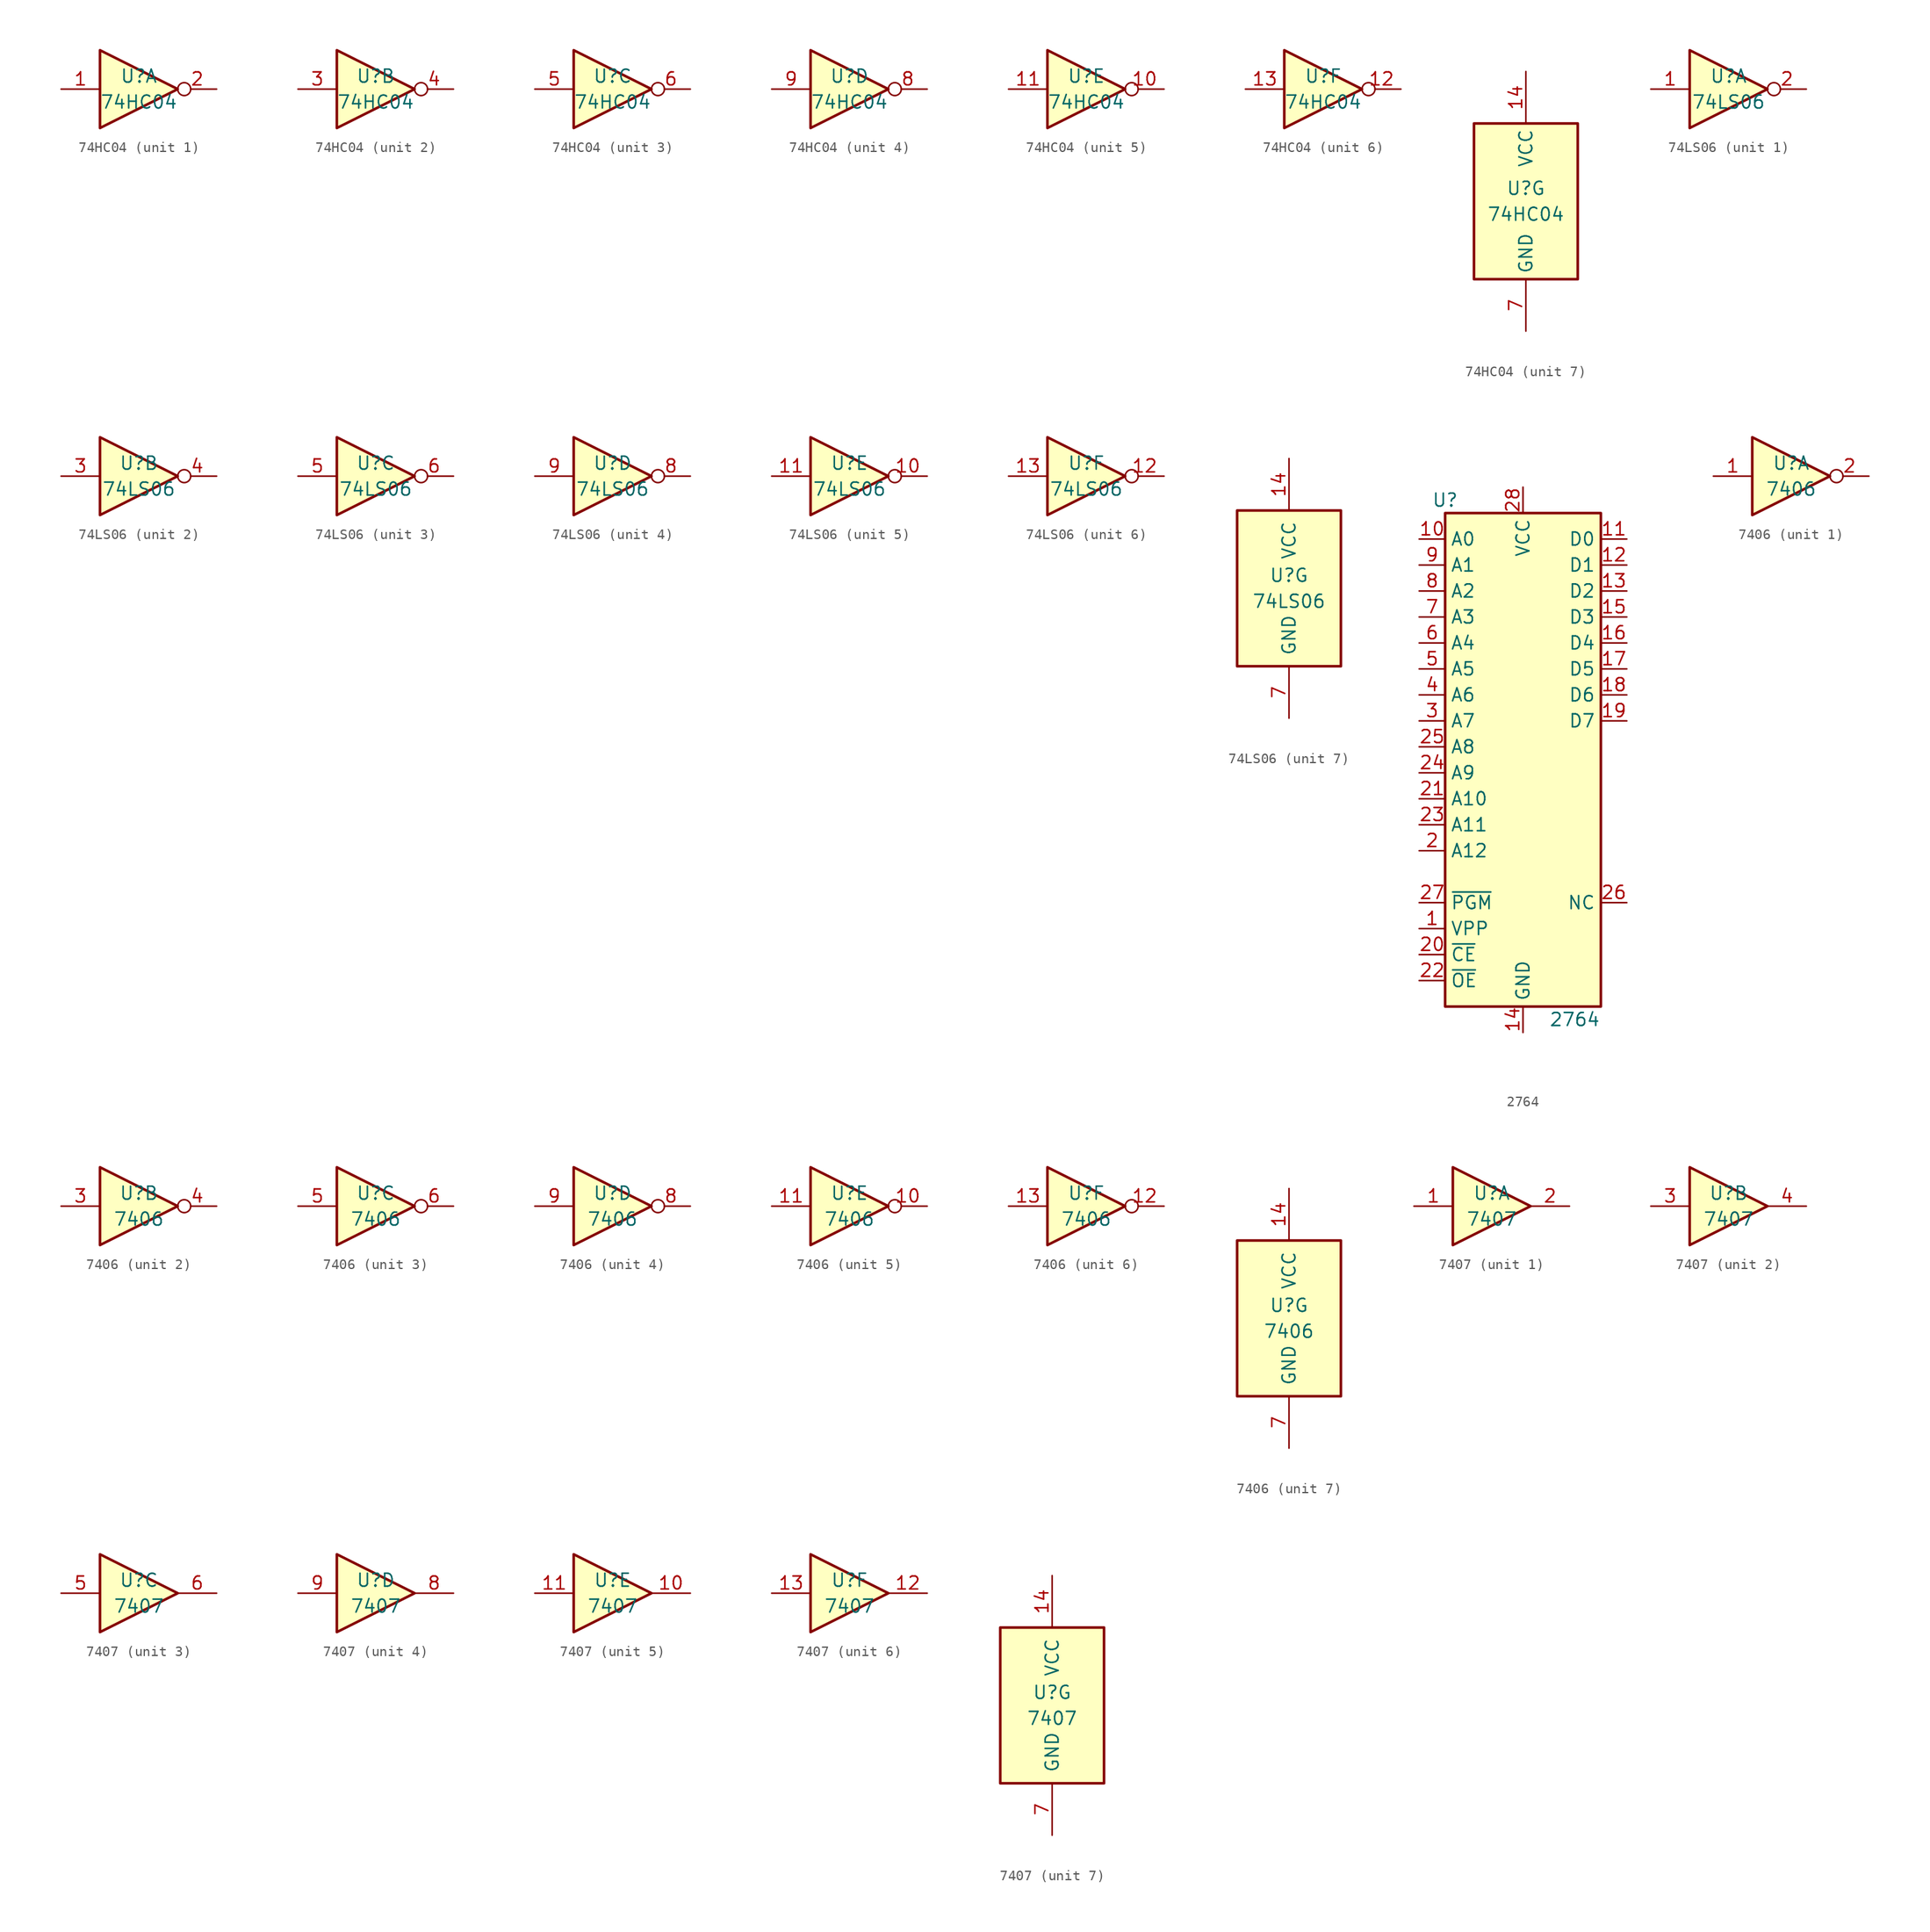
<source format=kicad_sym>
(kicad_symbol_lib
  (version 20241209)
  (generator "kicad_symbol_editor")
  (generator_version "9.0")
  (symbol "74HC04"
    (property "Reference" "U"
      (at 0 1.27 0)
      (effects (font (size 1.27 1.27))))
    (property "Value" "74HC04"
      (at 0 -1.27 0)
      (effects (font (size 1.27 1.27))))
    (property "ki_locked" ""
      (at 0 0 0)
      (effects (font (size 1.27 1.27))))
    (symbol "74HC04_1_0"
      (polyline (pts (xy -3.81 3.81) (xy -3.81 -3.81) (xy 3.81 0) (xy -3.81 3.81)) (stroke (width 0.254) (type default)) (fill (type background)))
      (pin input line (at -7.62 0 0) (length 3.81) (name "~" (effects (font (size 1.27 1.27)))) (number "1" (effects (font (size 1.27 1.27)))))
      (pin output inverted (at 7.62 0 180) (length 3.81) (name "~" (effects (font (size 1.27 1.27)))) (number "2" (effects (font (size 1.27 1.27))))))
    (symbol "74HC04_2_0"
      (polyline (pts (xy -3.81 3.81) (xy -3.81 -3.81) (xy 3.81 0) (xy -3.81 3.81)) (stroke (width 0.254) (type default)) (fill (type background)))
      (pin input line (at -7.62 0 0) (length 3.81) (name "~" (effects (font (size 1.27 1.27)))) (number "3" (effects (font (size 1.27 1.27)))))
      (pin output inverted (at 7.62 0 180) (length 3.81) (name "~" (effects (font (size 1.27 1.27)))) (number "4" (effects (font (size 1.27 1.27))))))
    (symbol "74HC04_3_0"
      (polyline (pts (xy -3.81 3.81) (xy -3.81 -3.81) (xy 3.81 0) (xy -3.81 3.81)) (stroke (width 0.254) (type default)) (fill (type background)))
      (pin input line (at -7.62 0 0) (length 3.81) (name "~" (effects (font (size 1.27 1.27)))) (number "5" (effects (font (size 1.27 1.27)))))
      (pin output inverted (at 7.62 0 180) (length 3.81) (name "~" (effects (font (size 1.27 1.27)))) (number "6" (effects (font (size 1.27 1.27))))))
    (symbol "74HC04_4_0"
      (polyline (pts (xy -3.81 3.81) (xy -3.81 -3.81) (xy 3.81 0) (xy -3.81 3.81)) (stroke (width 0.254) (type default)) (fill (type background)))
      (pin input line (at -7.62 0 0) (length 3.81) (name "~" (effects (font (size 1.27 1.27)))) (number "9" (effects (font (size 1.27 1.27)))))
      (pin output inverted (at 7.62 0 180) (length 3.81) (name "~" (effects (font (size 1.27 1.27)))) (number "8" (effects (font (size 1.27 1.27))))))
    (symbol "74HC04_5_0"
      (polyline (pts (xy -3.81 3.81) (xy -3.81 -3.81) (xy 3.81 0) (xy -3.81 3.81)) (stroke (width 0.254) (type default)) (fill (type background)))
      (pin input line (at -7.62 0 0) (length 3.81) (name "~" (effects (font (size 1.27 1.27)))) (number "11" (effects (font (size 1.27 1.27)))))
      (pin output inverted (at 7.62 0 180) (length 3.81) (name "~" (effects (font (size 1.27 1.27)))) (number "10" (effects (font (size 1.27 1.27))))))
    (symbol "74HC04_6_0"
      (polyline (pts (xy -3.81 3.81) (xy -3.81 -3.81) (xy 3.81 0) (xy -3.81 3.81)) (stroke (width 0.254) (type default)) (fill (type background)))
      (pin input line (at -7.62 0 0) (length 3.81) (name "~" (effects (font (size 1.27 1.27)))) (number "13" (effects (font (size 1.27 1.27)))))
      (pin output inverted (at 7.62 0 180) (length 3.81) (name "~" (effects (font (size 1.27 1.27)))) (number "12" (effects (font (size 1.27 1.27))))))
    (symbol "74HC04_7_0"
      (pin power_in line (at 0 12.7 270) (length 5.08) (name "VCC" (effects (font (size 1.27 1.27)))) (number "14" (effects (font (size 1.27 1.27)))))
      (pin power_in line (at 0 -12.7 90) (length 5.08) (name "GND" (effects (font (size 1.27 1.27)))) (number "7" (effects (font (size 1.27 1.27))))))
    (symbol "74HC04_7_1"
      (rectangle (start -5.08 7.62) (end 5.08 -7.62) (stroke (width 0.254) (type default)) (fill (type background)))))
  (symbol "74LS06"
    (pin_names
      (offset 1.016))
    (property "Reference" "U"
      (at 0 1.27 0)
      (effects (font (size 1.27 1.27))))
    (property "Value" "74LS06"
      (at 0 -1.27 0)
      (effects (font (size 1.27 1.27))))
    (property "ki_locked" ""
      (at 0 0 0)
      (effects (font (size 1.27 1.27))))
    (symbol "74LS06_1_0"
      (polyline (pts (xy -3.81 3.81) (xy -3.81 -3.81) (xy 3.81 0) (xy -3.81 3.81)) (stroke (width 0.254) (type default)) (fill (type background)))
      (pin input line (at -7.62 0 0) (length 3.81) (name "~" (effects (font (size 1.27 1.27)))) (number "1" (effects (font (size 1.27 1.27)))))
      (pin open_collector inverted (at 7.62 0 180) (length 3.81) (name "~" (effects (font (size 1.27 1.27)))) (number "2" (effects (font (size 1.27 1.27))))))
    (symbol "74LS06_2_0"
      (polyline (pts (xy -3.81 3.81) (xy -3.81 -3.81) (xy 3.81 0) (xy -3.81 3.81)) (stroke (width 0.254) (type default)) (fill (type background)))
      (pin input line (at -7.62 0 0) (length 3.81) (name "~" (effects (font (size 1.27 1.27)))) (number "3" (effects (font (size 1.27 1.27)))))
      (pin open_collector inverted (at 7.62 0 180) (length 3.81) (name "~" (effects (font (size 1.27 1.27)))) (number "4" (effects (font (size 1.27 1.27))))))
    (symbol "74LS06_3_0"
      (polyline (pts (xy -3.81 3.81) (xy -3.81 -3.81) (xy 3.81 0) (xy -3.81 3.81)) (stroke (width 0.254) (type default)) (fill (type background)))
      (pin input line (at -7.62 0 0) (length 3.81) (name "~" (effects (font (size 1.27 1.27)))) (number "5" (effects (font (size 1.27 1.27)))))
      (pin open_collector inverted (at 7.62 0 180) (length 3.81) (name "~" (effects (font (size 1.27 1.27)))) (number "6" (effects (font (size 1.27 1.27))))))
    (symbol "74LS06_4_0"
      (polyline (pts (xy -3.81 3.81) (xy -3.81 -3.81) (xy 3.81 0) (xy -3.81 3.81)) (stroke (width 0.254) (type default)) (fill (type background)))
      (pin input line (at -7.62 0 0) (length 3.81) (name "~" (effects (font (size 1.27 1.27)))) (number "9" (effects (font (size 1.27 1.27)))))
      (pin open_collector inverted (at 7.62 0 180) (length 3.81) (name "~" (effects (font (size 1.27 1.27)))) (number "8" (effects (font (size 1.27 1.27))))))
    (symbol "74LS06_5_0"
      (polyline (pts (xy -3.81 3.81) (xy -3.81 -3.81) (xy 3.81 0) (xy -3.81 3.81)) (stroke (width 0.254) (type default)) (fill (type background)))
      (pin input line (at -7.62 0 0) (length 3.81) (name "~" (effects (font (size 1.27 1.27)))) (number "11" (effects (font (size 1.27 1.27)))))
      (pin open_collector inverted (at 7.62 0 180) (length 3.81) (name "~" (effects (font (size 1.27 1.27)))) (number "10" (effects (font (size 1.27 1.27))))))
    (symbol "74LS06_6_0"
      (polyline (pts (xy -3.81 3.81) (xy -3.81 -3.81) (xy 3.81 0) (xy -3.81 3.81)) (stroke (width 0.254) (type default)) (fill (type background)))
      (pin input line (at -7.62 0 0) (length 3.81) (name "~" (effects (font (size 1.27 1.27)))) (number "13" (effects (font (size 1.27 1.27)))))
      (pin open_collector inverted (at 7.62 0 180) (length 3.81) (name "~" (effects (font (size 1.27 1.27)))) (number "12" (effects (font (size 1.27 1.27))))))
    (symbol "74LS06_7_0"
      (pin power_in line (at 0 12.7 270) (length 5.08) (name "VCC" (effects (font (size 1.27 1.27)))) (number "14" (effects (font (size 1.27 1.27)))))
      (pin power_in line (at 0 -12.7 90) (length 5.08) (name "GND" (effects (font (size 1.27 1.27)))) (number "7" (effects (font (size 1.27 1.27))))))
    (symbol "74LS06_7_1"
      (rectangle (start -5.08 7.62) (end 5.08 -7.62) (stroke (width 0.254) (type default)) (fill (type background)))))
  (symbol "2764"
    (property "Reference" "U"
      (at -7.62 24.13 0)
      (effects (font (size 1.27 1.27))))
    (property "Value" "2764"
      (at 2.54 -26.67 0)
      (effects (font (size 1.27 1.27)) (justify left)))
    (symbol "2764_1_1"
      (rectangle (start -7.62 22.86) (end 7.62 -25.4) (stroke (width 0.254) (type default)) (fill (type background)))
      (pin input line (at -10.16 20.32 0) (length 2.54) (name "A0" (effects (font (size 1.27 1.27)))) (number "10" (effects (font (size 1.27 1.27)))))
      (pin input line (at -10.16 17.78 0) (length 2.54) (name "A1" (effects (font (size 1.27 1.27)))) (number "9" (effects (font (size 1.27 1.27)))))
      (pin input line (at -10.16 15.24 0) (length 2.54) (name "A2" (effects (font (size 1.27 1.27)))) (number "8" (effects (font (size 1.27 1.27)))))
      (pin input line (at -10.16 12.7 0) (length 2.54) (name "A3" (effects (font (size 1.27 1.27)))) (number "7" (effects (font (size 1.27 1.27)))))
      (pin input line (at -10.16 10.16 0) (length 2.54) (name "A4" (effects (font (size 1.27 1.27)))) (number "6" (effects (font (size 1.27 1.27)))))
      (pin input line (at -10.16 7.62 0) (length 2.54) (name "A5" (effects (font (size 1.27 1.27)))) (number "5" (effects (font (size 1.27 1.27)))))
      (pin input line (at -10.16 5.08 0) (length 2.54) (name "A6" (effects (font (size 1.27 1.27)))) (number "4" (effects (font (size 1.27 1.27)))))
      (pin input line (at -10.16 2.54 0) (length 2.54) (name "A7" (effects (font (size 1.27 1.27)))) (number "3" (effects (font (size 1.27 1.27)))))
      (pin input line (at -10.16 0 0) (length 2.54) (name "A8" (effects (font (size 1.27 1.27)))) (number "25" (effects (font (size 1.27 1.27)))))
      (pin input line (at -10.16 -2.54 0) (length 2.54) (name "A9" (effects (font (size 1.27 1.27)))) (number "24" (effects (font (size 1.27 1.27)))))
      (pin input line (at -10.16 -5.08 0) (length 2.54) (name "A10" (effects (font (size 1.27 1.27)))) (number "21" (effects (font (size 1.27 1.27)))))
      (pin input line (at -10.16 -7.62 0) (length 2.54) (name "A11" (effects (font (size 1.27 1.27)))) (number "23" (effects (font (size 1.27 1.27)))))
      (pin input line (at -10.16 -10.16 0) (length 2.54) (name "A12" (effects (font (size 1.27 1.27)))) (number "2" (effects (font (size 1.27 1.27)))))
      (pin input line (at -10.16 -15.24 0) (length 2.54) (name "~{PGM}" (effects (font (size 1.27 1.27)))) (number "27" (effects (font (size 1.27 1.27)))))
      (pin input line (at -10.16 -17.78 0) (length 2.54) (name "VPP" (effects (font (size 1.27 1.27)))) (number "1" (effects (font (size 1.27 1.27)))))
      (pin input line (at -10.16 -20.32 0) (length 2.54) (name "~{CE}" (effects (font (size 1.27 1.27)))) (number "20" (effects (font (size 1.27 1.27)))))
      (pin input line (at -10.16 -22.86 0) (length 2.54) (name "~{OE}" (effects (font (size 1.27 1.27)))) (number "22" (effects (font (size 1.27 1.27)))))
      (pin power_in line (at 0 25.4 270) (length 2.54) (name "VCC" (effects (font (size 1.27 1.27)))) (number "28" (effects (font (size 1.27 1.27)))))
      (pin power_in line (at 0 -27.94 90) (length 2.54) (name "GND" (effects (font (size 1.27 1.27)))) (number "14" (effects (font (size 1.27 1.27)))))
      (pin no_connect line (at 7.62 0 180) (length 2.54) (hide yes) (name "NC" (effects (font (size 1.27 1.27)))) (number "26" (effects (font (size 1.27 1.27)))))
      (pin tri_state line (at 10.16 20.32 180) (length 2.54) (name "D0" (effects (font (size 1.27 1.27)))) (number "11" (effects (font (size 1.27 1.27)))))
      (pin tri_state line (at 10.16 17.78 180) (length 2.54) (name "D1" (effects (font (size 1.27 1.27)))) (number "12" (effects (font (size 1.27 1.27)))))
      (pin tri_state line (at 10.16 15.24 180) (length 2.54) (name "D2" (effects (font (size 1.27 1.27)))) (number "13" (effects (font (size 1.27 1.27)))))
      (pin tri_state line (at 10.16 12.7 180) (length 2.54) (name "D3" (effects (font (size 1.27 1.27)))) (number "15" (effects (font (size 1.27 1.27)))))
      (pin tri_state line (at 10.16 10.16 180) (length 2.54) (name "D4" (effects (font (size 1.27 1.27)))) (number "16" (effects (font (size 1.27 1.27)))))
      (pin tri_state line (at 10.16 7.62 180) (length 2.54) (name "D5" (effects (font (size 1.27 1.27)))) (number "17" (effects (font (size 1.27 1.27)))))
      (pin tri_state line (at 10.16 5.08 180) (length 2.54) (name "D6" (effects (font (size 1.27 1.27)))) (number "18" (effects (font (size 1.27 1.27)))))
      (pin tri_state line (at 10.16 2.54 180) (length 2.54) (name "D7" (effects (font (size 1.27 1.27)))) (number "19" (effects (font (size 1.27 1.27)))))
      (pin input line (at 10.16 -15.24 180) (length 2.54) (name "NC" (effects (font (size 1.27 1.27)))) (number "26" (effects (font (size 1.27 1.27)))))))
  (symbol "7406"
    (pin_names
      (offset 1.016))
    (property "Reference" "U"
      (at 0 1.27 0)
      (effects (font (size 1.27 1.27))))
    (property "Value" "7406"
      (at 0 -1.27 0)
      (effects (font (size 1.27 1.27))))
    (property "ki_locked" ""
      (at 0 0 0)
      (effects (font (size 1.27 1.27))))
    (symbol "7406_1_0"
      (polyline (pts (xy -3.81 3.81) (xy -3.81 -3.81) (xy 3.81 0) (xy -3.81 3.81)) (stroke (width 0.254) (type default)) (fill (type background)))
      (pin input line (at -7.62 0 0) (length 3.81) (name "~" (effects (font (size 1.27 1.27)))) (number "1" (effects (font (size 1.27 1.27)))))
      (pin open_collector inverted (at 7.62 0 180) (length 3.81) (name "~" (effects (font (size 1.27 1.27)))) (number "2" (effects (font (size 1.27 1.27))))))
    (symbol "7406_2_0"
      (polyline (pts (xy -3.81 3.81) (xy -3.81 -3.81) (xy 3.81 0) (xy -3.81 3.81)) (stroke (width 0.254) (type default)) (fill (type background)))
      (pin input line (at -7.62 0 0) (length 3.81) (name "~" (effects (font (size 1.27 1.27)))) (number "3" (effects (font (size 1.27 1.27)))))
      (pin open_collector inverted (at 7.62 0 180) (length 3.81) (name "~" (effects (font (size 1.27 1.27)))) (number "4" (effects (font (size 1.27 1.27))))))
    (symbol "7406_3_0"
      (polyline (pts (xy -3.81 3.81) (xy -3.81 -3.81) (xy 3.81 0) (xy -3.81 3.81)) (stroke (width 0.254) (type default)) (fill (type background)))
      (pin input line (at -7.62 0 0) (length 3.81) (name "~" (effects (font (size 1.27 1.27)))) (number "5" (effects (font (size 1.27 1.27)))))
      (pin open_collector inverted (at 7.62 0 180) (length 3.81) (name "~" (effects (font (size 1.27 1.27)))) (number "6" (effects (font (size 1.27 1.27))))))
    (symbol "7406_4_0"
      (polyline (pts (xy -3.81 3.81) (xy -3.81 -3.81) (xy 3.81 0) (xy -3.81 3.81)) (stroke (width 0.254) (type default)) (fill (type background)))
      (pin input line (at -7.62 0 0) (length 3.81) (name "~" (effects (font (size 1.27 1.27)))) (number "9" (effects (font (size 1.27 1.27)))))
      (pin open_collector inverted (at 7.62 0 180) (length 3.81) (name "~" (effects (font (size 1.27 1.27)))) (number "8" (effects (font (size 1.27 1.27))))))
    (symbol "7406_5_0"
      (polyline (pts (xy -3.81 3.81) (xy -3.81 -3.81) (xy 3.81 0) (xy -3.81 3.81)) (stroke (width 0.254) (type default)) (fill (type background)))
      (pin input line (at -7.62 0 0) (length 3.81) (name "~" (effects (font (size 1.27 1.27)))) (number "11" (effects (font (size 1.27 1.27)))))
      (pin open_collector inverted (at 7.62 0 180) (length 3.81) (name "~" (effects (font (size 1.27 1.27)))) (number "10" (effects (font (size 1.27 1.27))))))
    (symbol "7406_6_0"
      (polyline (pts (xy -3.81 3.81) (xy -3.81 -3.81) (xy 3.81 0) (xy -3.81 3.81)) (stroke (width 0.254) (type default)) (fill (type background)))
      (pin input line (at -7.62 0 0) (length 3.81) (name "~" (effects (font (size 1.27 1.27)))) (number "13" (effects (font (size 1.27 1.27)))))
      (pin open_collector inverted (at 7.62 0 180) (length 3.81) (name "~" (effects (font (size 1.27 1.27)))) (number "12" (effects (font (size 1.27 1.27))))))
    (symbol "7406_7_0"
      (pin power_in line (at 0 12.7 270) (length 5.08) (name "VCC" (effects (font (size 1.27 1.27)))) (number "14" (effects (font (size 1.27 1.27)))))
      (pin power_in line (at 0 -12.7 90) (length 5.08) (name "GND" (effects (font (size 1.27 1.27)))) (number "7" (effects (font (size 1.27 1.27))))))
    (symbol "7406_7_1"
      (rectangle (start -5.08 7.62) (end 5.08 -7.62) (stroke (width 0.254) (type default)) (fill (type background)))))
  (symbol "7407"
    (pin_names
      (offset 1.016))
    (property "Reference" "U"
      (at 0 1.27 0)
      (effects (font (size 1.27 1.27))))
    (property "Value" "7407"
      (at 0 -1.27 0)
      (effects (font (size 1.27 1.27))))
    (property "ki_locked" ""
      (at 0 0 0)
      (effects (font (size 1.27 1.27))))
    (symbol "7407_1_0"
      (polyline (pts (xy -3.81 3.81) (xy -3.81 -3.81) (xy 3.81 0) (xy -3.81 3.81)) (stroke (width 0.254) (type default)) (fill (type background)))
      (pin input line (at -7.62 0 0) (length 3.81) (name "~" (effects (font (size 1.27 1.27)))) (number "1" (effects (font (size 1.27 1.27)))))
      (pin open_collector line (at 7.62 0 180) (length 3.81) (name "~" (effects (font (size 1.27 1.27)))) (number "2" (effects (font (size 1.27 1.27))))))
    (symbol "7407_2_0"
      (polyline (pts (xy -3.81 3.81) (xy -3.81 -3.81) (xy 3.81 0) (xy -3.81 3.81)) (stroke (width 0.254) (type default)) (fill (type background)))
      (pin input line (at -7.62 0 0) (length 3.81) (name "~" (effects (font (size 1.27 1.27)))) (number "3" (effects (font (size 1.27 1.27)))))
      (pin open_collector line (at 7.62 0 180) (length 3.81) (name "~" (effects (font (size 1.27 1.27)))) (number "4" (effects (font (size 1.27 1.27))))))
    (symbol "7407_3_0"
      (polyline (pts (xy -3.81 3.81) (xy -3.81 -3.81) (xy 3.81 0) (xy -3.81 3.81)) (stroke (width 0.254) (type default)) (fill (type background)))
      (pin input line (at -7.62 0 0) (length 3.81) (name "~" (effects (font (size 1.27 1.27)))) (number "5" (effects (font (size 1.27 1.27)))))
      (pin open_collector line (at 7.62 0 180) (length 3.81) (name "~" (effects (font (size 1.27 1.27)))) (number "6" (effects (font (size 1.27 1.27))))))
    (symbol "7407_4_0"
      (polyline (pts (xy -3.81 3.81) (xy -3.81 -3.81) (xy 3.81 0) (xy -3.81 3.81)) (stroke (width 0.254) (type default)) (fill (type background)))
      (pin input line (at -7.62 0 0) (length 3.81) (name "~" (effects (font (size 1.27 1.27)))) (number "9" (effects (font (size 1.27 1.27)))))
      (pin open_collector line (at 7.62 0 180) (length 3.81) (name "~" (effects (font (size 1.27 1.27)))) (number "8" (effects (font (size 1.27 1.27))))))
    (symbol "7407_5_0"
      (polyline (pts (xy -3.81 3.81) (xy -3.81 -3.81) (xy 3.81 0) (xy -3.81 3.81)) (stroke (width 0.254) (type default)) (fill (type background)))
      (pin input line (at -7.62 0 0) (length 3.81) (name "~" (effects (font (size 1.27 1.27)))) (number "11" (effects (font (size 1.27 1.27)))))
      (pin open_collector line (at 7.62 0 180) (length 3.81) (name "~" (effects (font (size 1.27 1.27)))) (number "10" (effects (font (size 1.27 1.27))))))
    (symbol "7407_6_0"
      (polyline (pts (xy -3.81 3.81) (xy -3.81 -3.81) (xy 3.81 0) (xy -3.81 3.81)) (stroke (width 0.254) (type default)) (fill (type background)))
      (pin input line (at -7.62 0 0) (length 3.81) (name "~" (effects (font (size 1.27 1.27)))) (number "13" (effects (font (size 1.27 1.27)))))
      (pin open_collector line (at 7.62 0 180) (length 3.81) (name "~" (effects (font (size 1.27 1.27)))) (number "12" (effects (font (size 1.27 1.27))))))
    (symbol "7407_7_0"
      (pin power_in line (at 0 12.7 270) (length 5.08) (name "VCC" (effects (font (size 1.27 1.27)))) (number "14" (effects (font (size 1.27 1.27)))))
      (pin power_in line (at 0 -12.7 90) (length 5.08) (name "GND" (effects (font (size 1.27 1.27)))) (number "7" (effects (font (size 1.27 1.27))))))
    (symbol "7407_7_1"
      (rectangle (start -5.08 7.62) (end 5.08 -7.62) (stroke (width 0.254) (type default)) (fill (type background))))))
</source>
